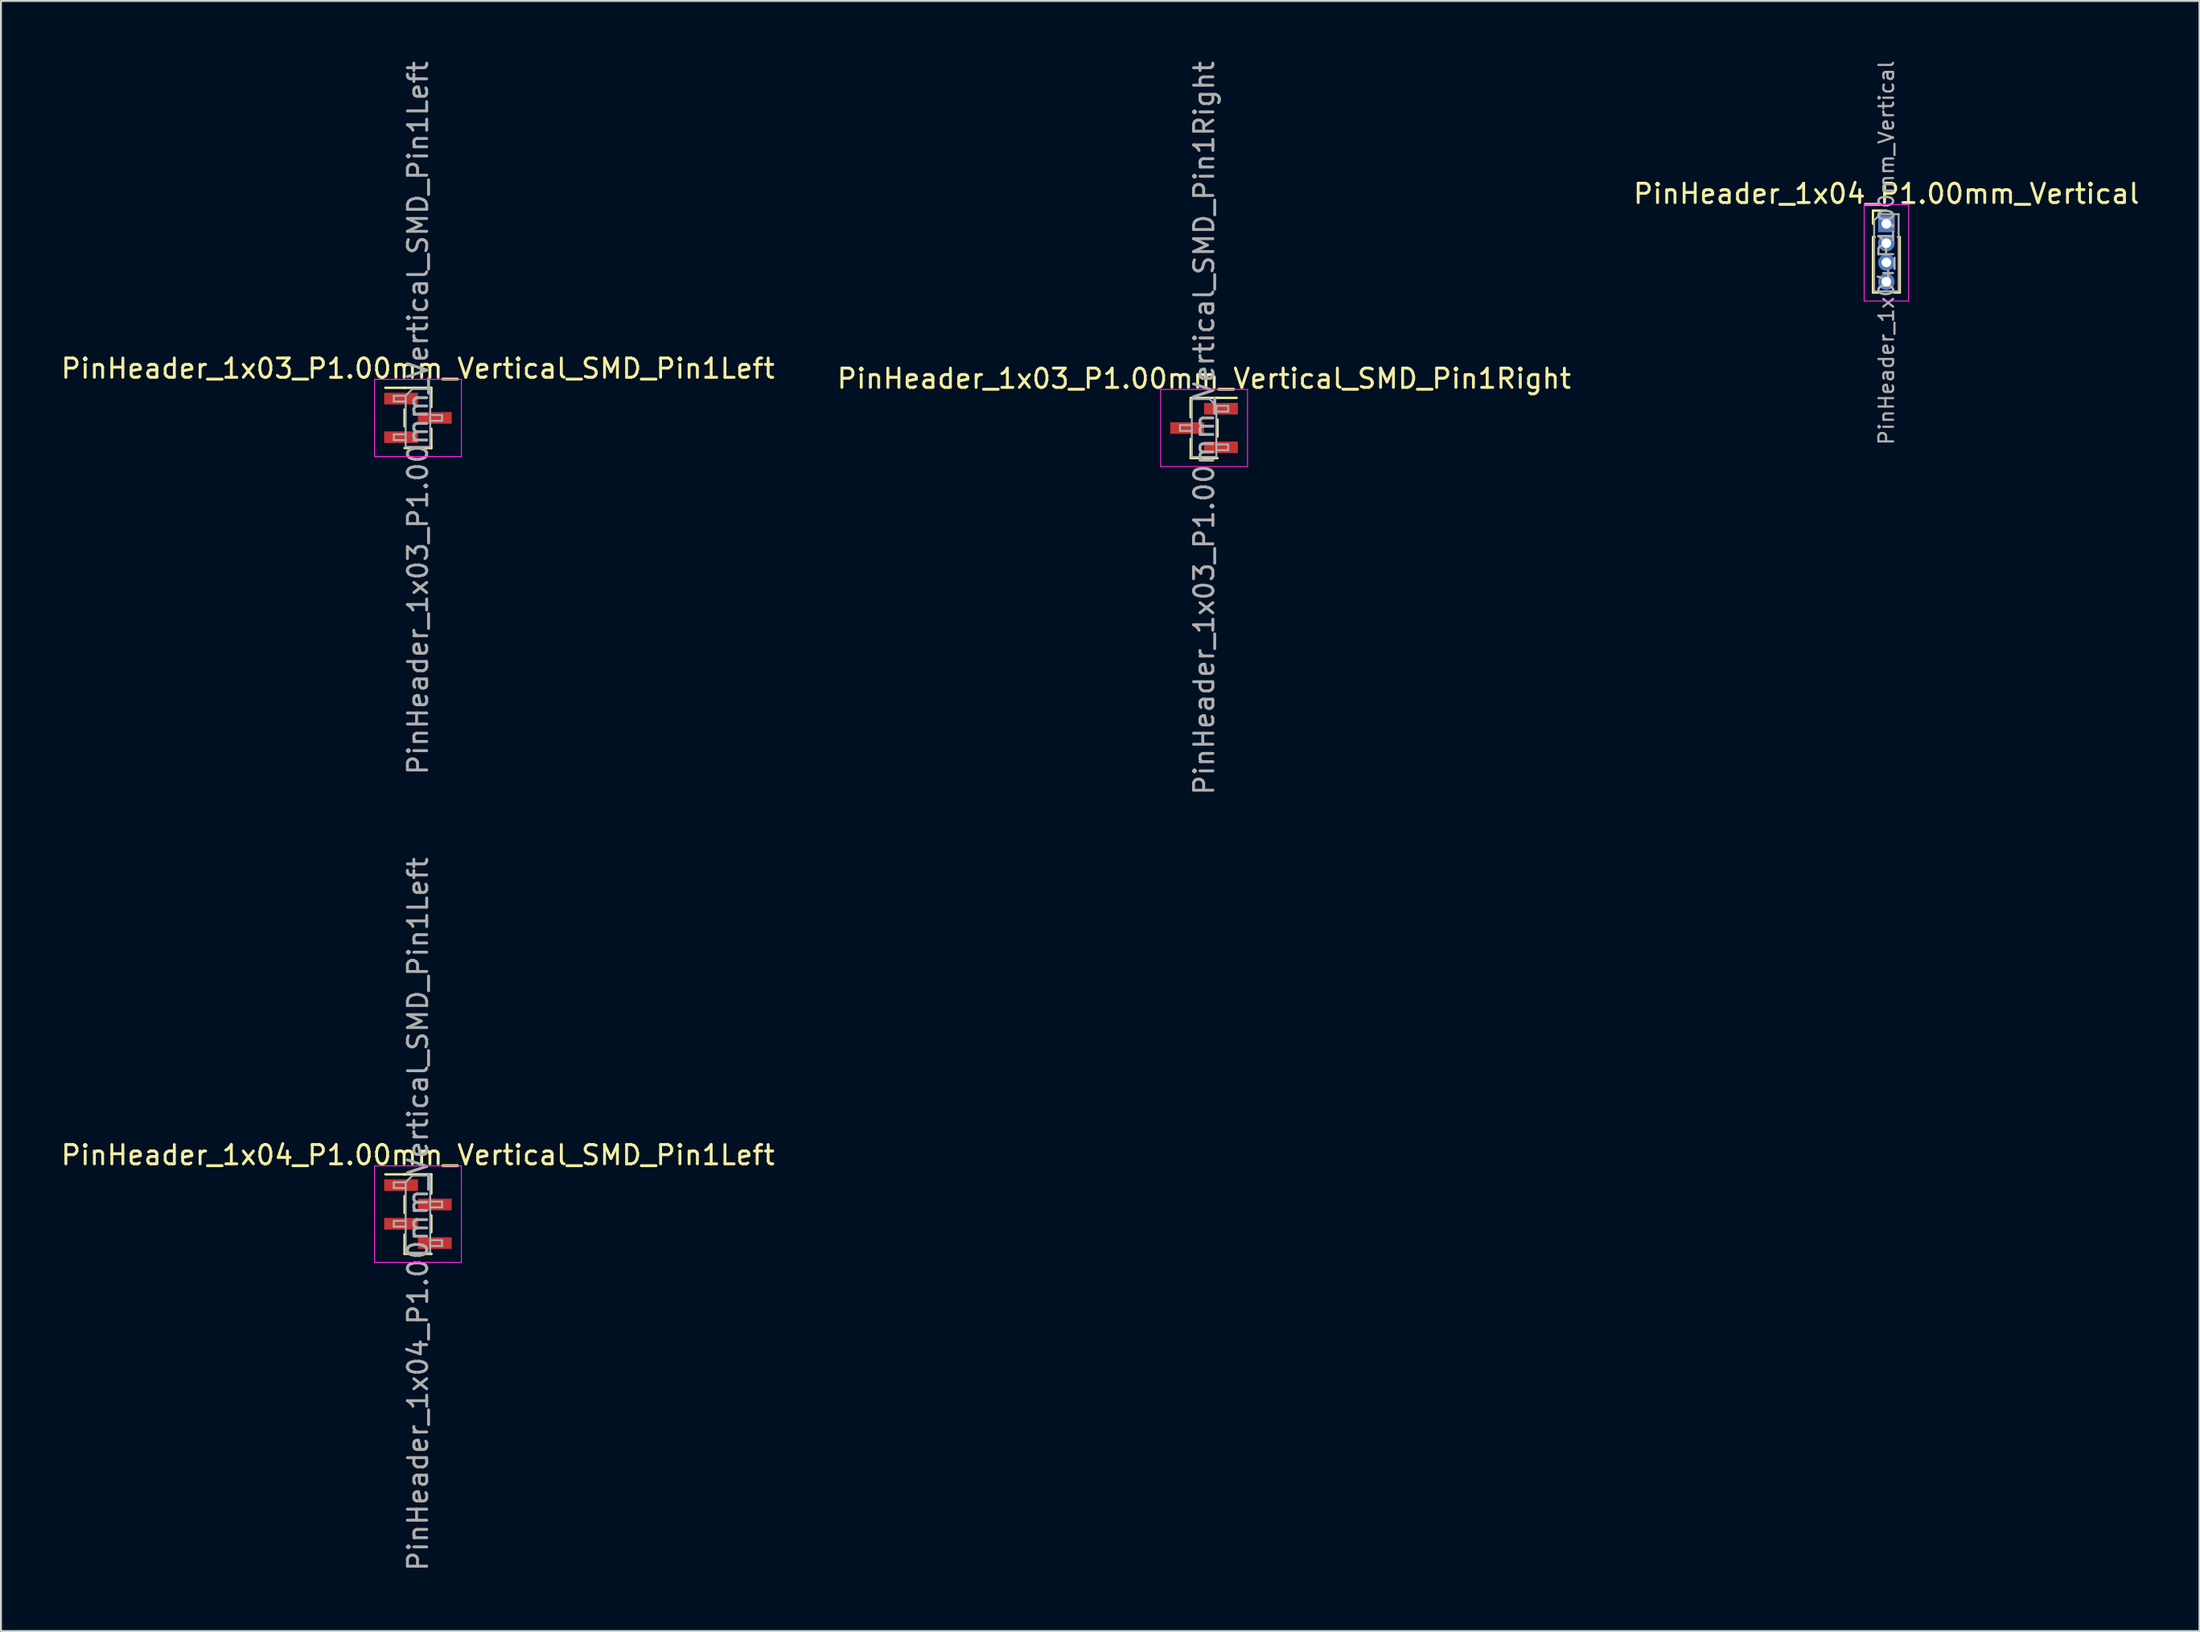
<source format=kicad_pcb>
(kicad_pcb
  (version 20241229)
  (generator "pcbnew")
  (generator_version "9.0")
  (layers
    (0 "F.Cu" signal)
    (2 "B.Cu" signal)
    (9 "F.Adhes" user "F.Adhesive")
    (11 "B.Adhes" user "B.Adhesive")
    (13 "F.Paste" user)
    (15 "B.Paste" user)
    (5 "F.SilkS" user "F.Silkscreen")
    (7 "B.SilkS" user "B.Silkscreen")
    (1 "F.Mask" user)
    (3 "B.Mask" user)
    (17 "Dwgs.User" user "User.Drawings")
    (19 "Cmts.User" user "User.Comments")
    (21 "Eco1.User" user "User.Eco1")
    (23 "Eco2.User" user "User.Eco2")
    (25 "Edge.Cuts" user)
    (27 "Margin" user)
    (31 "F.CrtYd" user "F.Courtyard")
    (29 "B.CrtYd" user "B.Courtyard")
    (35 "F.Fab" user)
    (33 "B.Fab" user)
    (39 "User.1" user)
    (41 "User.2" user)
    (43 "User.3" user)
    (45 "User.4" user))
  (footprint "PinHeader_1x03_P1.00mm_Vertical_SMD_Pin1Right"
    (layer "F.Cu")
    (at 59.327 19.125)
    (property "Reference" "PinHeader_1x03_P1.00mm_Vertical_SMD_Pin1Right" (at 0 -2.56 0) (layer "F.SilkS") (effects (font (size 1 1) (thickness 0.15))))
    (attr smd)
    (fp_line (start -0.695 -1.56) (end -0.695 -0.56) (stroke (width 0.12) (type solid)) (layer "F.SilkS"))
    (fp_line (start -0.695 -1.56) (end 0.695 -1.56) (stroke (width 0.12) (type solid)) (layer "F.SilkS"))
    (fp_line (start -0.695 -1.44) (end -0.695 -0.56) (stroke (width 0.12) (type solid)) (layer "F.SilkS"))
    (fp_line (start -0.695 0.56) (end -0.695 1.56) (stroke (width 0.12) (type solid)) (layer "F.SilkS"))
    (fp_line (start -0.695 1.56) (end -0.695 1.56) (stroke (width 0.12) (type solid)) (layer "F.SilkS"))
    (fp_line (start -0.695 1.56) (end 0.695 1.56) (stroke (width 0.12) (type solid)) (layer "F.SilkS"))
    (fp_line (start 0.695 -1.56) (end 0.695 -1.56) (stroke (width 0.12) (type solid)) (layer "F.SilkS"))
    (fp_line (start 0.695 -1.56) (end 1.69 -1.56) (stroke (width 0.12) (type solid)) (layer "F.SilkS"))
    (fp_line (start 0.695 -0.44) (end 0.695 0.44) (stroke (width 0.12) (type solid)) (layer "F.SilkS"))
    (fp_line (start -2.25 -2) (end -2.25 2) (stroke (width 0.05) (type solid)) (layer "F.CrtYd"))
    (fp_line (start -2.25 2) (end 2.25 2) (stroke (width 0.05) (type solid)) (layer "F.CrtYd"))
    (fp_line (start 2.25 -2) (end -2.25 -2) (stroke (width 0.05) (type solid)) (layer "F.CrtYd"))
    (fp_line (start 2.25 2) (end 2.25 -2) (stroke (width 0.05) (type solid)) (layer "F.CrtYd"))
    (fp_line (start -1.25 -0.15) (end -1.25 0.15) (stroke (width 0.1) (type solid)) (layer "F.Fab"))
    (fp_line (start -1.25 0.15) (end -0.635 0.15) (stroke (width 0.1) (type solid)) (layer "F.Fab"))
    (fp_line (start -0.635 -1.5) (end -0.635 1.5) (stroke (width 0.1) (type solid)) (layer "F.Fab"))
    (fp_line (start -0.635 -1.5) (end 0.285 -1.5) (stroke (width 0.1) (type solid)) (layer "F.Fab"))
    (fp_line (start -0.635 -0.15) (end -1.25 -0.15) (stroke (width 0.1) (type solid)) (layer "F.Fab"))
    (fp_line (start 0.635 -1.15) (end 0.285 -1.5) (stroke (width 0.1) (type solid)) (layer "F.Fab"))
    (fp_line (start 0.635 -1.15) (end 1.25 -1.15) (stroke (width 0.1) (type solid)) (layer "F.Fab"))
    (fp_line (start 0.635 0.85) (end 1.25 0.85) (stroke (width 0.1) (type solid)) (layer "F.Fab"))
    (fp_line (start 0.635 1.5) (end -0.635 1.5) (stroke (width 0.1) (type solid)) (layer "F.Fab"))
    (fp_line (start 0.635 1.5) (end 0.635 -1.15) (stroke (width 0.1) (type solid)) (layer "F.Fab"))
    (fp_line (start 1.25 -1.15) (end 1.25 -0.85) (stroke (width 0.1) (type solid)) (layer "F.Fab"))
    (fp_line (start 1.25 -0.85) (end 0.635 -0.85) (stroke (width 0.1) (type solid)) (layer "F.Fab"))
    (fp_line (start 1.25 0.85) (end 1.25 1.15) (stroke (width 0.1) (type solid)) (layer "F.Fab"))
    (fp_line (start 1.25 1.15) (end 0.635 1.15) (stroke (width 0.1) (type solid)) (layer "F.Fab"))
    (fp_text user "${REFERENCE}" (at 0 0 90) (layer "F.Fab") (effects (font (size 1 1) (thickness 0.15))))
    (pad "1" smd rect (at 0.875 -1) (size 1.75 0.6) (layers "F.Cu" "F.Mask" "F.Paste"))
    (pad "2" smd rect (at -0.875 0) (size 1.75 0.6) (layers "F.Cu" "F.Mask" "F.Paste"))
    (pad "3" smd rect (at 0.875 1) (size 1.75 0.6) (layers "F.Cu" "F.Mask" "F.Paste")))
  (footprint "PinHeader_1x04_P1.00mm_Vertical_SMD_Pin1Left"
    (layer "F.Cu")
    (at 18.601 59.851)
    (property "Reference" "PinHeader_1x04_P1.00mm_Vertical_SMD_Pin1Left" (at 0 -3.06 0) (layer "F.SilkS") (effects (font (size 1 1) (thickness 0.15))))
    (attr smd)
    (fp_line (start -0.695 -2.06) (end -1.69 -2.06) (stroke (width 0.12) (type solid)) (layer "F.SilkS"))
    (fp_line (start -0.695 -2.06) (end -0.695 -2.06) (stroke (width 0.12) (type solid)) (layer "F.SilkS"))
    (fp_line (start -0.695 -2.06) (end 0.695 -2.06) (stroke (width 0.12) (type solid)) (layer "F.SilkS"))
    (fp_line (start -0.695 -0.94) (end -0.695 -0.06) (stroke (width 0.12) (type solid)) (layer "F.SilkS"))
    (fp_line (start -0.695 1.06) (end -0.695 2.06) (stroke (width 0.12) (type solid)) (layer "F.SilkS"))
    (fp_line (start -0.695 2.06) (end 0.695 2.06) (stroke (width 0.12) (type solid)) (layer "F.SilkS"))
    (fp_line (start 0.695 -2.06) (end 0.695 -1.06) (stroke (width 0.12) (type solid)) (layer "F.SilkS"))
    (fp_line (start 0.695 0.06) (end 0.695 0.94) (stroke (width 0.12) (type solid)) (layer "F.SilkS"))
    (fp_line (start 0.695 2.06) (end 0.695 2.06) (stroke (width 0.12) (type solid)) (layer "F.SilkS"))
    (fp_line (start -2.25 -2.5) (end -2.25 2.5) (stroke (width 0.05) (type solid)) (layer "F.CrtYd"))
    (fp_line (start -2.25 2.5) (end 2.25 2.5) (stroke (width 0.05) (type solid)) (layer "F.CrtYd"))
    (fp_line (start 2.25 -2.5) (end -2.25 -2.5) (stroke (width 0.05) (type solid)) (layer "F.CrtYd"))
    (fp_line (start 2.25 2.5) (end 2.25 -2.5) (stroke (width 0.05) (type solid)) (layer "F.CrtYd"))
    (fp_line (start -1.25 -1.65) (end -1.25 -1.35) (stroke (width 0.1) (type solid)) (layer "F.Fab"))
    (fp_line (start -1.25 -1.35) (end -0.635 -1.35) (stroke (width 0.1) (type solid)) (layer "F.Fab"))
    (fp_line (start -1.25 0.35) (end -1.25 0.65) (stroke (width 0.1) (type solid)) (layer "F.Fab"))
    (fp_line (start -1.25 0.65) (end -0.635 0.65) (stroke (width 0.1) (type solid)) (layer "F.Fab"))
    (fp_line (start -0.635 -1.65) (end -1.25 -1.65) (stroke (width 0.1) (type solid)) (layer "F.Fab"))
    (fp_line (start -0.635 -1.65) (end -0.285 -2) (stroke (width 0.1) (type solid)) (layer "F.Fab"))
    (fp_line (start -0.635 0.35) (end -1.25 0.35) (stroke (width 0.1) (type solid)) (layer "F.Fab"))
    (fp_line (start -0.635 2) (end -0.635 -1.65) (stroke (width 0.1) (type solid)) (layer "F.Fab"))
    (fp_line (start -0.285 -2) (end 0.635 -2) (stroke (width 0.1) (type solid)) (layer "F.Fab"))
    (fp_line (start 0.635 -2) (end 0.635 2) (stroke (width 0.1) (type solid)) (layer "F.Fab"))
    (fp_line (start 0.635 -0.65) (end 1.25 -0.65) (stroke (width 0.1) (type solid)) (layer "F.Fab"))
    (fp_line (start 0.635 1.35) (end 1.25 1.35) (stroke (width 0.1) (type solid)) (layer "F.Fab"))
    (fp_line (start 0.635 2) (end -0.635 2) (stroke (width 0.1) (type solid)) (layer "F.Fab"))
    (fp_line (start 1.25 -0.65) (end 1.25 -0.35) (stroke (width 0.1) (type solid)) (layer "F.Fab"))
    (fp_line (start 1.25 -0.35) (end 0.635 -0.35) (stroke (width 0.1) (type solid)) (layer "F.Fab"))
    (fp_line (start 1.25 1.35) (end 1.25 1.65) (stroke (width 0.1) (type solid)) (layer "F.Fab"))
    (fp_line (start 1.25 1.65) (end 0.635 1.65) (stroke (width 0.1) (type solid)) (layer "F.Fab"))
    (fp_text user "${REFERENCE}" (at 0 0 90) (layer "F.Fab") (effects (font (size 1 1) (thickness 0.15))))
    (pad "1" smd rect (at -0.875 -1.5) (size 1.75 0.6) (layers "F.Cu" "F.Mask" "F.Paste"))
    (pad "2" smd rect (at 0.875 -0.5) (size 1.75 0.6) (layers "F.Cu" "F.Mask" "F.Paste"))
    (pad "3" smd rect (at -0.875 0.5) (size 1.75 0.6) (layers "F.Cu" "F.Mask" "F.Paste"))
    (pad "4" smd rect (at 0.875 1.5) (size 1.75 0.6) (layers "F.Cu" "F.Mask" "F.Paste")))
  (footprint "PinHeader_1x04_P1.00mm_Vertical"
    (layer "F.Cu")
    (at 94.673 8.547)
    (property "Reference" "PinHeader_1x04_P1.00mm_Vertical" (at 0 -1.56 0) (layer "F.SilkS") (effects (font (size 1 1) (thickness 0.15))))
    (attr through_hole)
    (fp_line (start -0.695 -0.685) (end 0 -0.685) (stroke (width 0.12) (type solid)) (layer "F.SilkS"))
    (fp_line (start -0.695 0) (end -0.695 -0.685) (stroke (width 0.12) (type solid)) (layer "F.SilkS"))
    (fp_line (start -0.695 0.685) (end -0.695 3.56) (stroke (width 0.12) (type solid)) (layer "F.SilkS"))
    (fp_line (start -0.695 0.685) (end -0.608 0.685) (stroke (width 0.12) (type solid)) (layer "F.SilkS"))
    (fp_line (start -0.695 3.56) (end -0.394 3.56) (stroke (width 0.12) (type solid)) (layer "F.SilkS"))
    (fp_line (start 0.394 3.56) (end 0.695 3.56) (stroke (width 0.12) (type solid)) (layer "F.SilkS"))
    (fp_line (start 0.608 0.685) (end 0.695 0.685) (stroke (width 0.12) (type solid)) (layer "F.SilkS"))
    (fp_line (start 0.695 0.685) (end 0.695 3.56) (stroke (width 0.12) (type solid)) (layer "F.SilkS"))
    (fp_line (start -1.15 -1) (end -1.15 4) (stroke (width 0.05) (type solid)) (layer "F.CrtYd"))
    (fp_line (start -1.15 4) (end 1.15 4) (stroke (width 0.05) (type solid)) (layer "F.CrtYd"))
    (fp_line (start 1.15 -1) (end -1.15 -1) (stroke (width 0.05) (type solid)) (layer "F.CrtYd"))
    (fp_line (start 1.15 4) (end 1.15 -1) (stroke (width 0.05) (type solid)) (layer "F.CrtYd"))
    (fp_line (start -0.635 -0.182) (end -0.318 -0.5) (stroke (width 0.1) (type solid)) (layer "F.Fab"))
    (fp_line (start -0.635 3.5) (end -0.635 -0.182) (stroke (width 0.1) (type solid)) (layer "F.Fab"))
    (fp_line (start -0.318 -0.5) (end 0.635 -0.5) (stroke (width 0.1) (type solid)) (layer "F.Fab"))
    (fp_line (start 0.635 -0.5) (end 0.635 3.5) (stroke (width 0.1) (type solid)) (layer "F.Fab"))
    (fp_line (start 0.635 3.5) (end -0.635 3.5) (stroke (width 0.1) (type solid)) (layer "F.Fab"))
    (fp_text user "${REFERENCE}" (at 0 1.5 90) (layer "F.Fab") (effects (font (size 0.76 0.76) (thickness 0.114))))
    (pad "1" thru_hole rect (at 0 0) (size 0.85 0.85) (drill 0.5) (layers "*.Cu" "*.Mask"))
    (pad "2" thru_hole oval (at 0 1) (size 0.85 0.85) (drill 0.5) (layers "*.Cu" "*.Mask"))
    (pad "3" thru_hole oval (at 0 2) (size 0.85 0.85) (drill 0.5) (layers "*.Cu" "*.Mask"))
    (pad "4" thru_hole oval (at 0 3) (size 0.85 0.85) (drill 0.5) (layers "*.Cu" "*.Mask")))
  (footprint "PinHeader_1x03_P1.00mm_Vertical_SMD_Pin1Left"
    (layer "F.Cu")
    (at 18.601 18.601)
    (property "Reference" "PinHeader_1x03_P1.00mm_Vertical_SMD_Pin1Left" (at 0 -2.56 0) (layer "F.SilkS") (effects (font (size 1 1) (thickness 0.15))))
    (attr smd)
    (fp_line (start -0.695 -1.56) (end -1.69 -1.56) (stroke (width 0.12) (type solid)) (layer "F.SilkS"))
    (fp_line (start -0.695 -1.56) (end -0.695 -1.56) (stroke (width 0.12) (type solid)) (layer "F.SilkS"))
    (fp_line (start -0.695 -1.56) (end 0.695 -1.56) (stroke (width 0.12) (type solid)) (layer "F.SilkS"))
    (fp_line (start -0.695 -0.44) (end -0.695 0.44) (stroke (width 0.12) (type solid)) (layer "F.SilkS"))
    (fp_line (start -0.695 1.56) (end 0.695 1.56) (stroke (width 0.12) (type solid)) (layer "F.SilkS"))
    (fp_line (start 0.695 -1.56) (end 0.695 -0.56) (stroke (width 0.12) (type solid)) (layer "F.SilkS"))
    (fp_line (start 0.695 0.56) (end 0.695 1.56) (stroke (width 0.12) (type solid)) (layer "F.SilkS"))
    (fp_line (start 0.695 1.56) (end 0.695 1.56) (stroke (width 0.12) (type solid)) (layer "F.SilkS"))
    (fp_line (start -2.25 -2) (end -2.25 2) (stroke (width 0.05) (type solid)) (layer "F.CrtYd"))
    (fp_line (start -2.25 2) (end 2.25 2) (stroke (width 0.05) (type solid)) (layer "F.CrtYd"))
    (fp_line (start 2.25 -2) (end -2.25 -2) (stroke (width 0.05) (type solid)) (layer "F.CrtYd"))
    (fp_line (start 2.25 2) (end 2.25 -2) (stroke (width 0.05) (type solid)) (layer "F.CrtYd"))
    (fp_line (start -1.25 -1.15) (end -1.25 -0.85) (stroke (width 0.1) (type solid)) (layer "F.Fab"))
    (fp_line (start -1.25 -0.85) (end -0.635 -0.85) (stroke (width 0.1) (type solid)) (layer "F.Fab"))
    (fp_line (start -1.25 0.85) (end -1.25 1.15) (stroke (width 0.1) (type solid)) (layer "F.Fab"))
    (fp_line (start -1.25 1.15) (end -0.635 1.15) (stroke (width 0.1) (type solid)) (layer "F.Fab"))
    (fp_line (start -0.635 -1.15) (end -1.25 -1.15) (stroke (width 0.1) (type solid)) (layer "F.Fab"))
    (fp_line (start -0.635 -1.15) (end -0.285 -1.5) (stroke (width 0.1) (type solid)) (layer "F.Fab"))
    (fp_line (start -0.635 0.85) (end -1.25 0.85) (stroke (width 0.1) (type solid)) (layer "F.Fab"))
    (fp_line (start -0.635 1.5) (end -0.635 -1.15) (stroke (width 0.1) (type solid)) (layer "F.Fab"))
    (fp_line (start -0.285 -1.5) (end 0.635 -1.5) (stroke (width 0.1) (type solid)) (layer "F.Fab"))
    (fp_line (start 0.635 -1.5) (end 0.635 1.5) (stroke (width 0.1) (type solid)) (layer "F.Fab"))
    (fp_line (start 0.635 -0.15) (end 1.25 -0.15) (stroke (width 0.1) (type solid)) (layer "F.Fab"))
    (fp_line (start 0.635 1.5) (end -0.635 1.5) (stroke (width 0.1) (type solid)) (layer "F.Fab"))
    (fp_line (start 1.25 -0.15) (end 1.25 0.15) (stroke (width 0.1) (type solid)) (layer "F.Fab"))
    (fp_line (start 1.25 0.15) (end 0.635 0.15) (stroke (width 0.1) (type solid)) (layer "F.Fab"))
    (fp_text user "${REFERENCE}" (at 0 0 90) (layer "F.Fab") (effects (font (size 1 1) (thickness 0.15))))
    (pad "1" smd rect (at -0.875 -1) (size 1.75 0.6) (layers "F.Cu" "F.Mask" "F.Paste"))
    (pad "2" smd rect (at 0.875 0) (size 1.75 0.6) (layers "F.Cu" "F.Mask" "F.Paste"))
    (pad "3" smd rect (at -0.875 1) (size 1.75 0.6) (layers "F.Cu" "F.Mask" "F.Paste")))
  (gr_rect
    (start -3 -3)
    (end 110.893 81.452)
    (stroke (width 0.1) (type default))
    (fill no)
    (layer "Edge.Cuts")))
</source>
